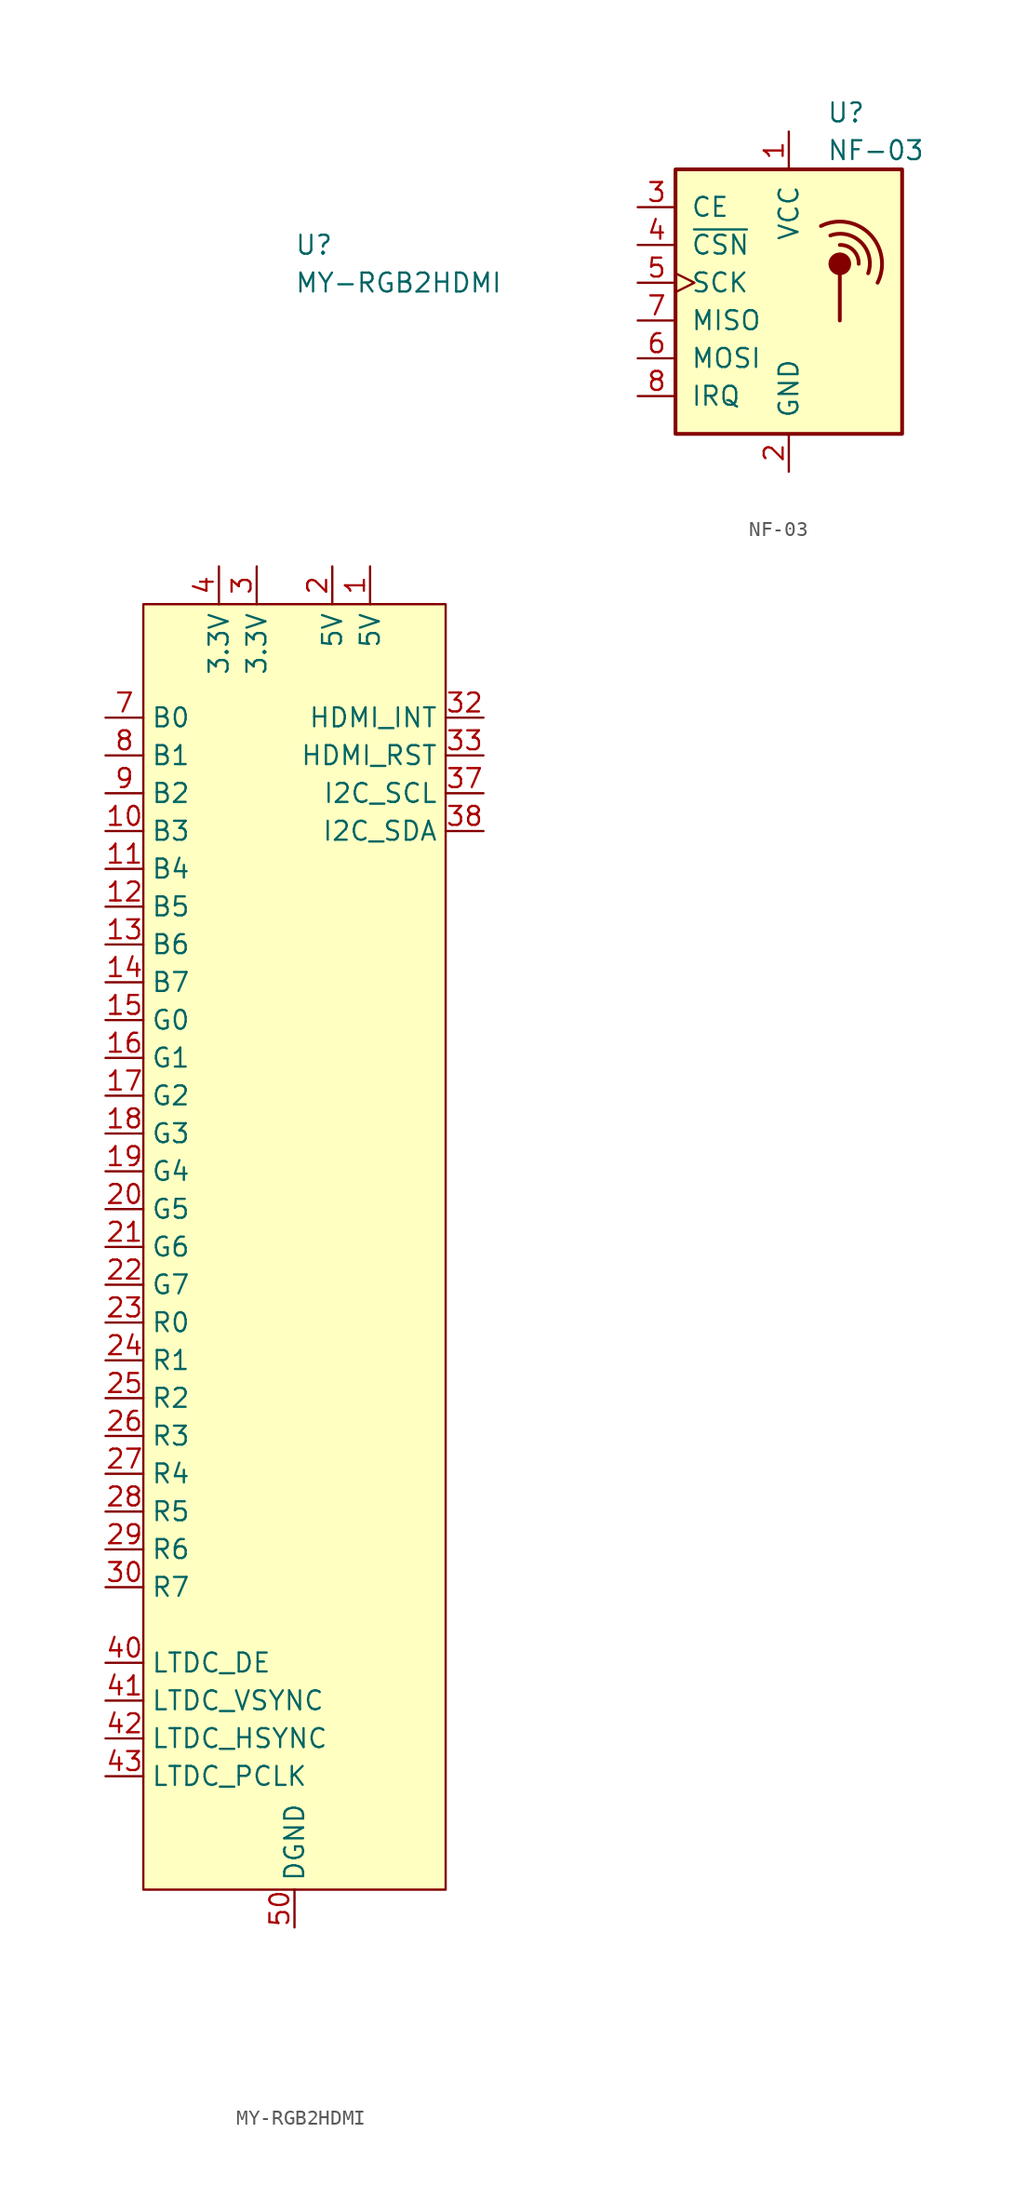
<source format=kicad_sym>
(kicad_symbol_lib
  (version 20241209)
  (generator "kicad_symbol_editor")
  (generator_version "9.0")
  (symbol "MY-RGB2HDMI"
    (property "Reference" "U"
      (at 0 67.31 0)
      (effects (font (size 1.27 1.27)) (justify left)))
    (property "Value" "MY-RGB2HDMI"
      (at 0 64.77 0)
      (effects (font (size 1.27 1.27)) (justify left)))
    (symbol "MY-RGB2HDMI_0_1"
      (rectangle (start -10.16 43.18) (end 10.16 -43.18) (stroke (width 0) (type default)) (fill (type background))))
    (symbol "MY-RGB2HDMI_1_1"
      (pin input line (at -12.7 35.56 0) (length 2.54) (name "B0" (effects (font (size 1.27 1.27)))) (number "7" (effects (font (size 1.27 1.27)))))
      (pin input line (at -12.7 33.02 0) (length 2.54) (name "B1" (effects (font (size 1.27 1.27)))) (number "8" (effects (font (size 1.27 1.27)))))
      (pin input line (at -12.7 30.48 0) (length 2.54) (name "B2" (effects (font (size 1.27 1.27)))) (number "9" (effects (font (size 1.27 1.27)))))
      (pin input line (at -12.7 27.94 0) (length 2.54) (name "B3" (effects (font (size 1.27 1.27)))) (number "10" (effects (font (size 1.27 1.27)))))
      (pin input line (at -12.7 25.4 0) (length 2.54) (name "B4" (effects (font (size 1.27 1.27)))) (number "11" (effects (font (size 1.27 1.27)))))
      (pin input line (at -12.7 22.86 0) (length 2.54) (name "B5" (effects (font (size 1.27 1.27)))) (number "12" (effects (font (size 1.27 1.27)))))
      (pin input line (at -12.7 20.32 0) (length 2.54) (name "B6" (effects (font (size 1.27 1.27)))) (number "13" (effects (font (size 1.27 1.27)))))
      (pin input line (at -12.7 17.78 0) (length 2.54) (name "B7" (effects (font (size 1.27 1.27)))) (number "14" (effects (font (size 1.27 1.27)))))
      (pin input line (at -12.7 15.24 0) (length 2.54) (name "G0" (effects (font (size 1.27 1.27)))) (number "15" (effects (font (size 1.27 1.27)))))
      (pin input line (at -12.7 12.7 0) (length 2.54) (name "G1" (effects (font (size 1.27 1.27)))) (number "16" (effects (font (size 1.27 1.27)))))
      (pin input line (at -12.7 10.16 0) (length 2.54) (name "G2" (effects (font (size 1.27 1.27)))) (number "17" (effects (font (size 1.27 1.27)))))
      (pin input line (at -12.7 7.62 0) (length 2.54) (name "G3" (effects (font (size 1.27 1.27)))) (number "18" (effects (font (size 1.27 1.27)))))
      (pin input line (at -12.7 5.08 0) (length 2.54) (name "G4" (effects (font (size 1.27 1.27)))) (number "19" (effects (font (size 1.27 1.27)))))
      (pin input line (at -12.7 2.54 0) (length 2.54) (name "G5" (effects (font (size 1.27 1.27)))) (number "20" (effects (font (size 1.27 1.27)))))
      (pin input line (at -12.7 0 0) (length 2.54) (name "G6" (effects (font (size 1.27 1.27)))) (number "21" (effects (font (size 1.27 1.27)))))
      (pin input line (at -12.7 -2.54 0) (length 2.54) (name "G7" (effects (font (size 1.27 1.27)))) (number "22" (effects (font (size 1.27 1.27)))))
      (pin input line (at -12.7 -5.08 0) (length 2.54) (name "R0" (effects (font (size 1.27 1.27)))) (number "23" (effects (font (size 1.27 1.27)))))
      (pin input line (at -12.7 -7.62 0) (length 2.54) (name "R1" (effects (font (size 1.27 1.27)))) (number "24" (effects (font (size 1.27 1.27)))))
      (pin input line (at -12.7 -10.16 0) (length 2.54) (name "R2" (effects (font (size 1.27 1.27)))) (number "25" (effects (font (size 1.27 1.27)))))
      (pin input line (at -12.7 -12.7 0) (length 2.54) (name "R3" (effects (font (size 1.27 1.27)))) (number "26" (effects (font (size 1.27 1.27)))))
      (pin input line (at -12.7 -15.24 0) (length 2.54) (name "R4" (effects (font (size 1.27 1.27)))) (number "27" (effects (font (size 1.27 1.27)))))
      (pin input line (at -12.7 -17.78 0) (length 2.54) (name "R5" (effects (font (size 1.27 1.27)))) (number "28" (effects (font (size 1.27 1.27)))))
      (pin input line (at -12.7 -20.32 0) (length 2.54) (name "R6" (effects (font (size 1.27 1.27)))) (number "29" (effects (font (size 1.27 1.27)))))
      (pin input line (at -12.7 -22.86 0) (length 2.54) (name "R7" (effects (font (size 1.27 1.27)))) (number "30" (effects (font (size 1.27 1.27)))))
      (pin input line (at -12.7 -27.94 0) (length 2.54) (name "LTDC_DE" (effects (font (size 1.27 1.27)))) (number "40" (effects (font (size 1.27 1.27)))))
      (pin input line (at -12.7 -30.48 0) (length 2.54) (name "LTDC_VSYNC" (effects (font (size 1.27 1.27)))) (number "41" (effects (font (size 1.27 1.27)))))
      (pin input line (at -12.7 -33.02 0) (length 2.54) (name "LTDC_HSYNC" (effects (font (size 1.27 1.27)))) (number "42" (effects (font (size 1.27 1.27)))))
      (pin input line (at -12.7 -35.56 0) (length 2.54) (name "LTDC_PCLK" (effects (font (size 1.27 1.27)))) (number "43" (effects (font (size 1.27 1.27)))))
      (pin power_in line (at -5.08 45.72 270) (length 2.54) (name "3.3V" (effects (font (size 1.27 1.27)))) (number "4" (effects (font (size 1.27 1.27)))))
      (pin power_in line (at -2.54 45.72 270) (length 2.54) (name "3.3V" (effects (font (size 1.27 1.27)))) (number "3" (effects (font (size 1.27 1.27)))))
      (pin power_in line (at 0 -45.72 90) (length 2.54) (hide yes) (name "DGND" (effects (font (size 1.27 1.27)))) (number "31" (effects (font (size 1.27 1.27)))))
      (pin power_in line (at 0 -45.72 90) (length 2.54) (hide yes) (name "DGND" (effects (font (size 1.27 1.27)))) (number "39" (effects (font (size 1.27 1.27)))))
      (pin power_in line (at 0 -45.72 90) (length 2.54) (hide yes) (name "DGND" (effects (font (size 1.27 1.27)))) (number "44" (effects (font (size 1.27 1.27)))))
      (pin power_in line (at 0 -45.72 90) (length 2.54) (hide yes) (name "DGND" (effects (font (size 1.27 1.27)))) (number "5" (effects (font (size 1.27 1.27)))))
      (pin power_in line (at 0 -45.72 90) (length 2.54) (name "DGND" (effects (font (size 1.27 1.27)))) (number "50" (effects (font (size 1.27 1.27)))))
      (pin power_in line (at 0 -45.72 90) (length 2.54) (hide yes) (name "DGND" (effects (font (size 1.27 1.27)))) (number "6" (effects (font (size 1.27 1.27)))))
      (pin power_in line (at 2.54 45.72 270) (length 2.54) (name "5V" (effects (font (size 1.27 1.27)))) (number "2" (effects (font (size 1.27 1.27)))))
      (pin power_in line (at 5.08 45.72 270) (length 2.54) (name "5V" (effects (font (size 1.27 1.27)))) (number "1" (effects (font (size 1.27 1.27)))))
      (pin output line (at 12.7 35.56 180) (length 2.54) (name "HDMI_INT" (effects (font (size 1.27 1.27)))) (number "32" (effects (font (size 1.27 1.27)))))
      (pin input line (at 12.7 33.02 180) (length 2.54) (name "HDMI_RST" (effects (font (size 1.27 1.27)))) (number "33" (effects (font (size 1.27 1.27)))))
      (pin bidirectional line (at 12.7 30.48 180) (length 2.54) (name "I2C_SCL" (effects (font (size 1.27 1.27)))) (number "37" (effects (font (size 1.27 1.27)))))
      (pin bidirectional line (at 12.7 27.94 180) (length 2.54) (name "I2C_SDA" (effects (font (size 1.27 1.27)))) (number "38" (effects (font (size 1.27 1.27)))))
      (pin no_connect line (at 12.7 -17.78 180) (length 2.54) (hide yes) (name "LCD_DSIP" (effects (font (size 1.27 1.27)))) (number "34" (effects (font (size 1.27 1.27)))))
      (pin no_connect line (at 12.7 -20.32 180) (length 2.54) (hide yes) (name "TP_INT" (effects (font (size 1.27 1.27)))) (number "35" (effects (font (size 1.27 1.27)))))
      (pin no_connect line (at 12.7 -22.86 180) (length 2.54) (hide yes) (name "TP_RST" (effects (font (size 1.27 1.27)))) (number "36" (effects (font (size 1.27 1.27)))))
      (pin passive line (at 12.7 -25.4 180) (length 2.54) (hide yes) (name "NC" (effects (font (size 1.27 1.27)))) (number "45" (effects (font (size 1.27 1.27)))))
      (pin passive line (at 12.7 -27.94 180) (length 2.54) (hide yes) (name "NC" (effects (font (size 1.27 1.27)))) (number "46" (effects (font (size 1.27 1.27)))))
      (pin passive line (at 12.7 -30.48 180) (length 2.54) (hide yes) (name "NC" (effects (font (size 1.27 1.27)))) (number "47" (effects (font (size 1.27 1.27)))))
      (pin passive line (at 12.7 -33.02 180) (length 2.54) (hide yes) (name "NC" (effects (font (size 1.27 1.27)))) (number "48" (effects (font (size 1.27 1.27)))))
      (pin passive line (at 12.7 -35.56 180) (length 2.54) (hide yes) (name "NC" (effects (font (size 1.27 1.27)))) (number "49" (effects (font (size 1.27 1.27)))))))
  (symbol "NF-03"
    (pin_names
      (offset 1.016))
    (property "Reference" "U"
      (at 2.54 11.43 0)
      (effects (font (size 1.27 1.27)) (justify left)))
    (property "Value" "NF-03"
      (at 2.54 8.89 0)
      (effects (font (size 1.27 1.27)) (justify left)))
    (symbol "NF-03_0_1"
      (rectangle (start -7.62 7.62) (end 7.62 -10.16) (stroke (width 0.254) (type default)) (fill (type background)))
      (arc (start 2.159 3.81) (mid 5.437 3.278) (end 5.969 0) (stroke (width 0.254) (type default)) (fill (type none)))
      (circle (center 3.429 1.27) (radius 0.635) (stroke (width 0.254) (type default)) (fill (type outline)))
      (polyline (pts (xy 3.429 0.635) (xy 3.429 -2.54)) (stroke (width 0.254) (type default)) (fill (type none)))
      (arc (start 2.794 3.175) (mid 4.8675 2.7085) (end 5.334 0.635) (stroke (width 0.254) (type default)) (fill (type none)))
      (arc (start 3.429 2.54) (mid 4.3398 2.1808) (end 4.699 1.27) (stroke (width 0.254) (type default)) (fill (type none))))
    (symbol "NF-03_1_1"
      (pin input line (at -10.16 5.08 0) (length 2.54) (name "CE" (effects (font (size 1.27 1.27)))) (number "3" (effects (font (size 1.27 1.27)))))
      (pin input line (at -10.16 2.54 0) (length 2.54) (name "~{CSN}" (effects (font (size 1.27 1.27)))) (number "4" (effects (font (size 1.27 1.27)))))
      (pin input clock (at -10.16 0 0) (length 2.54) (name "SCK" (effects (font (size 1.27 1.27)))) (number "5" (effects (font (size 1.27 1.27)))))
      (pin output line (at -10.16 -2.54 0) (length 2.54) (name "MISO" (effects (font (size 1.27 1.27)))) (number "7" (effects (font (size 1.27 1.27)))))
      (pin input line (at -10.16 -5.08 0) (length 2.54) (name "MOSI" (effects (font (size 1.27 1.27)))) (number "6" (effects (font (size 1.27 1.27)))))
      (pin output line (at -10.16 -7.62 0) (length 2.54) (name "IRQ" (effects (font (size 1.27 1.27)))) (number "8" (effects (font (size 1.27 1.27)))))
      (pin power_in line (at 0 10.16 270) (length 2.54) (name "VCC" (effects (font (size 1.27 1.27)))) (number "1" (effects (font (size 1.27 1.27)))))
      (pin power_in line (at 0 -12.7 90) (length 2.54) (name "GND" (effects (font (size 1.27 1.27)))) (number "2" (effects (font (size 1.27 1.27))))))))
</source>
